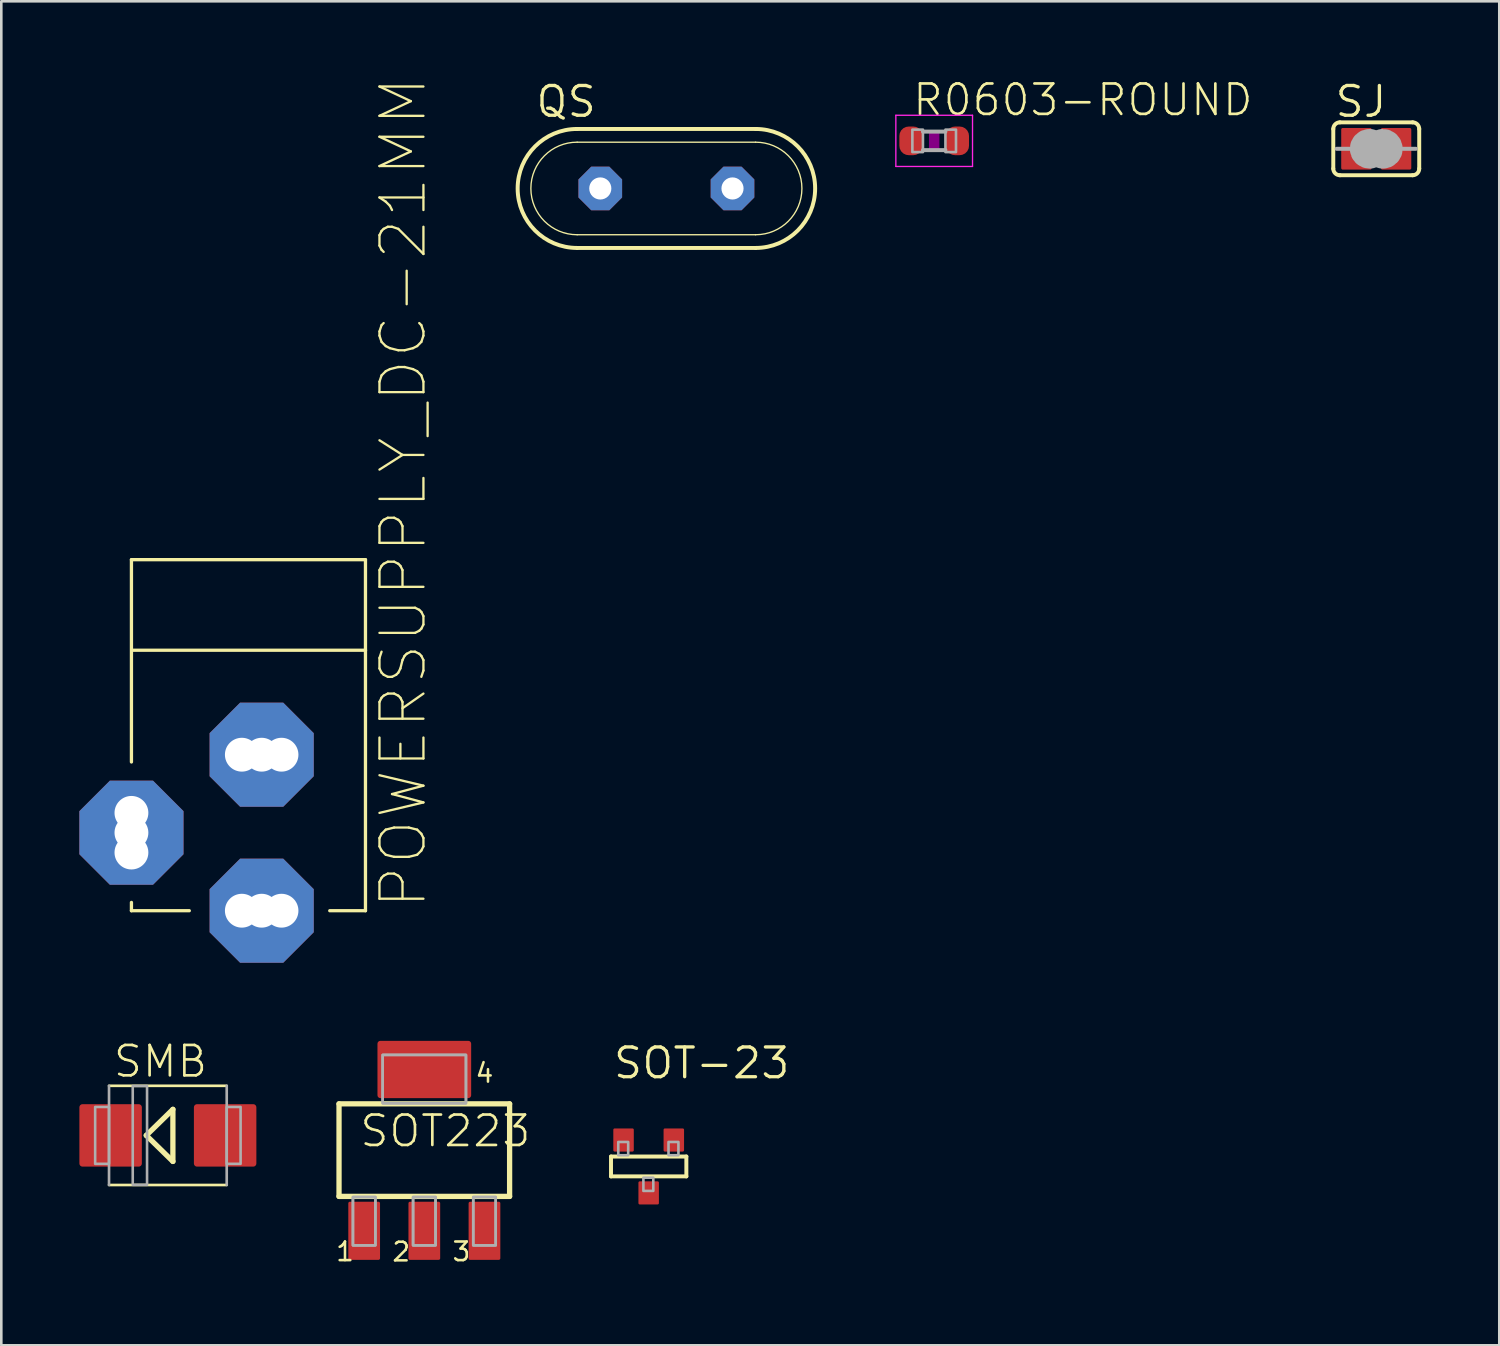
<source format=kicad_pcb>
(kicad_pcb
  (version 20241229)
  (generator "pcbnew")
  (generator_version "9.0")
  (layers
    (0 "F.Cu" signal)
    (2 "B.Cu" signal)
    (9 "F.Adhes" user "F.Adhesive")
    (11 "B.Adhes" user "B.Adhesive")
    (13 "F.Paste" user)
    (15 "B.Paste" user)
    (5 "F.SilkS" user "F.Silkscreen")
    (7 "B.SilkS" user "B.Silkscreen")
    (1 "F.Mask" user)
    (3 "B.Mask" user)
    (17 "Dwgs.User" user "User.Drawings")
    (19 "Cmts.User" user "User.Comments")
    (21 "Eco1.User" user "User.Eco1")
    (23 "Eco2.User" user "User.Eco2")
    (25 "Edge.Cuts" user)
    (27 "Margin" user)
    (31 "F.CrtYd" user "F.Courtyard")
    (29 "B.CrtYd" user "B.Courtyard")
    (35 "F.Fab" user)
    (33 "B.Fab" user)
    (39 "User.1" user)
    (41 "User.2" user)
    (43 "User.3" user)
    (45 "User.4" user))
  (footprint "SOT223"
    (layer "F.Cu")
    (at 13.253 41.14)
    (property "Reference" "SOT223" (at -2.54 -0.051 0) (unlocked yes) (layer "F.SilkS") (effects (font (size 1.168 1.168) (thickness 0.102)) (justify left bottom)))
    (fp_line (start -3.277 -1.778) (end 3.277 -1.778) (stroke (width 0.203) (type solid)) (layer "F.SilkS"))
    (fp_line (start -3.277 1.778) (end -3.277 -1.778) (stroke (width 0.203) (type solid)) (layer "F.SilkS"))
    (fp_line (start 3.277 -1.778) (end 3.277 1.778) (stroke (width 0.203) (type solid)) (layer "F.SilkS"))
    (fp_line (start 3.277 1.778) (end -3.277 1.778) (stroke (width 0.203) (type solid)) (layer "F.SilkS"))
    (fp_poly (pts (xy -2.743 3.658) (xy -1.88 3.658) (xy -1.88 1.803) (xy -2.743 1.803)) (stroke (width 0.1) (type default)) (fill no) (layer "F.Fab"))
    (fp_poly (pts (xy -2.743 3.658) (xy -1.88 3.658) (xy -1.88 1.803) (xy -2.743 1.803)) (stroke (width 0.1) (type default)) (fill no) (layer "F.Fab"))
    (fp_poly (pts (xy -1.6 -1.803) (xy 1.6 -1.803) (xy 1.6 -3.658) (xy -1.6 -3.658)) (stroke (width 0.1) (type default)) (fill no) (layer "F.Fab"))
    (fp_poly (pts (xy -1.6 -1.803) (xy 1.6 -1.803) (xy 1.6 -3.658) (xy -1.6 -3.658)) (stroke (width 0.1) (type default)) (fill no) (layer "F.Fab"))
    (fp_poly (pts (xy -0.432 3.658) (xy 0.432 3.658) (xy 0.432 1.803) (xy -0.432 1.803)) (stroke (width 0.1) (type default)) (fill no) (layer "F.Fab"))
    (fp_poly (pts (xy -0.432 3.658) (xy 0.432 3.658) (xy 0.432 1.803) (xy -0.432 1.803)) (stroke (width 0.1) (type default)) (fill no) (layer "F.Fab"))
    (fp_poly (pts (xy 1.88 3.658) (xy 2.743 3.658) (xy 2.743 1.803) (xy 1.88 1.803)) (stroke (width 0.1) (type default)) (fill no) (layer "F.Fab"))
    (fp_poly (pts (xy 1.88 3.658) (xy 2.743 3.658) (xy 2.743 1.803) (xy 1.88 1.803)) (stroke (width 0.1) (type default)) (fill no) (layer "F.Fab"))
    (fp_text user "4" (at 1.905 -2.54 0) (unlocked yes) (layer "F.SilkS") (effects (font (size 0.715 0.715) (thickness 0.098)) (justify left bottom)))
    (fp_text user "2" (at -1.291 4.327 0) (unlocked yes) (layer "F.SilkS") (effects (font (size 0.715 0.715) (thickness 0.098)) (justify left bottom)))
    (fp_text user "3" (at 1.021 4.318 0) (unlocked yes) (layer "F.SilkS") (effects (font (size 0.715 0.715) (thickness 0.098)) (justify left bottom)))
    (fp_text user "1" (at -3.453 4.318 0) (unlocked yes) (layer "F.SilkS") (effects (font (size 0.715 0.715) (thickness 0.098)) (justify left bottom)))
    (pad "1" smd roundrect (at -2.311 3.099) (size 1.219 2.235) (layers "F.Cu" "F.Mask" "F.Paste") (roundrect_rratio 0.05))
    (pad "2" smd roundrect (at 0 3.099) (size 1.219 2.235) (layers "F.Cu" "F.Mask" "F.Paste") (roundrect_rratio 0.05))
    (pad "3" smd roundrect (at 2.311 3.099) (size 1.219 2.235) (layers "F.Cu" "F.Mask" "F.Paste") (roundrect_rratio 0.05))
    (pad "4" smd roundrect (at 0 -3.099) (size 3.6 2.2) (layers "F.Cu" "F.Mask" "F.Paste") (roundrect_rratio 0.05)))
  (footprint "POWERSUPPLY_DC-21MM"
    (layer "F.Cu")
    (at 7.08 25.591)
    (property "Reference" "POWERSUPPLY_DC-21MM" (at 6.35 6.35 90) (unlocked yes) (layer "F.SilkS") (effects (font (size 1.689 1.689) (thickness 0.089)) (justify left bottom)))
    (fp_line (start -5.08 -7.137) (end -5.08 0.635) (stroke (width 0.127) (type solid)) (layer "F.SilkS"))
    (fp_line (start -5.08 6.35) (end -5.08 6.032) (stroke (width 0.127) (type solid)) (layer "F.SilkS"))
    (fp_line (start -5.055 -3.658) (end 3.912 -3.658) (stroke (width 0.127) (type solid)) (layer "F.SilkS"))
    (fp_line (start -2.857 6.35) (end -5.08 6.35) (stroke (width 0.127) (type solid)) (layer "F.SilkS"))
    (fp_line (start 2.54 6.35) (end 3.912 6.35) (stroke (width 0.127) (type solid)) (layer "F.SilkS"))
    (fp_line (start 3.912 -7.137) (end -5.08 -7.137) (stroke (width 0.127) (type solid)) (layer "F.SilkS"))
    (fp_line (start 3.912 -3.658) (end 3.912 -7.137) (stroke (width 0.127) (type solid)) (layer "F.SilkS"))
    (fp_line (start 3.912 6.35) (end 3.912 -3.658) (stroke (width 0.127) (type solid)) (layer "F.SilkS"))
    (pad "1" thru_hole roundrect (at -5.08 3.353 90) (size 4 4) (drill 1.3) (layers "*.Cu" "*.Mask") (roundrect_rratio 0.25) (chamfer_ratio 0.293) (chamfer top_left top_right bottom_left bottom_right))
    (pad "2" thru_hole roundrect (at -0.076 6.35) (size 4 4) (drill 1.3) (layers "*.Cu" "*.Mask") (roundrect_rratio 0.25) (chamfer_ratio 0.293) (chamfer top_left top_right bottom_left bottom_right))
    (pad "3" thru_hole roundrect (at -0.076 0.356) (size 4 4) (drill 1.3) (layers "*.Cu" "*.Mask") (roundrect_rratio 0.25) (chamfer_ratio 0.293) (chamfer top_left top_right bottom_left bottom_right))
    (pad "4" thru_hole circle (at -5.08 4.115) (size 1.95 1.95) (drill 1.3) (layers "*.Cu" "*.Mask"))
    (pad "5" thru_hole circle (at -5.08 2.591) (size 1.95 1.95) (drill 1.3) (layers "*.Cu" "*.Mask"))
    (pad "6" thru_hole circle (at -0.838 0.356) (size 1.95 1.95) (drill 1.3) (layers "*.Cu" "*.Mask"))
    (pad "7" thru_hole circle (at 0.686 0.356) (size 1.95 1.95) (drill 1.3) (layers "*.Cu" "*.Mask"))
    (pad "8" thru_hole circle (at -0.838 6.35) (size 1.95 1.95) (drill 1.3) (layers "*.Cu" "*.Mask"))
    (pad "9" thru_hole circle (at 0.686 6.35) (size 1.95 1.95) (drill 1.3) (layers "*.Cu" "*.Mask")))
  (footprint "SOT-23"
    (layer "F.Cu")
    (at 21.848 41.767)
    (property "Reference" "SOT-23" (at -1.397 -3.302 0) (unlocked yes) (layer "F.SilkS") (effects (font (size 1.143 1.143) (thickness 0.127)) (justify left bottom)))
    (fp_line (start -1.422 -0.381) (end 1.473 -0.381) (stroke (width 0.152) (type solid)) (layer "F.SilkS"))
    (fp_line (start -1.422 0.381) (end -1.422 -0.381) (stroke (width 0.152) (type solid)) (layer "F.SilkS"))
    (fp_line (start 1.473 -0.381) (end 1.473 0.381) (stroke (width 0.152) (type solid)) (layer "F.SilkS"))
    (fp_line (start 1.473 0.381) (end -1.422 0.381) (stroke (width 0.152) (type solid)) (layer "F.SilkS"))
    (fp_poly (pts (xy -1.143 -0.432) (xy -0.762 -0.432) (xy -0.762 -0.94) (xy -1.143 -0.94)) (stroke (width 0.1) (type default)) (fill no) (layer "F.Fab"))
    (fp_poly (pts (xy -0.178 0.94) (xy 0.203 0.94) (xy 0.203 0.432) (xy -0.178 0.432)) (stroke (width 0.1) (type default)) (fill no) (layer "F.Fab"))
    (fp_poly (pts (xy 0.787 -0.432) (xy 1.168 -0.432) (xy 1.168 -0.94) (xy 0.787 -0.94)) (stroke (width 0.1) (type default)) (fill no) (layer "F.Fab"))
    (pad "1" smd roundrect (at 0.025 1.016) (size 0.787 0.889) (layers "F.Cu" "F.Mask" "F.Paste") (roundrect_rratio 0.065))
    (pad "2" smd roundrect (at -0.94 -1.016) (size 0.787 0.889) (layers "F.Cu" "F.Mask" "F.Paste") (roundrect_rratio 0.065))
    (pad "3" smd roundrect (at 0.991 -1.016) (size 0.787 0.889) (layers "F.Cu" "F.Mask" "F.Paste") (roundrect_rratio 0.065)))
  (footprint "QS"
    (layer "F.Cu")
    (at 22.554 4.191)
    (property "Reference" "QS" (at -5.08 -2.667 0) (unlocked yes) (layer "F.SilkS") (effects (font (size 1.143 1.143) (thickness 0.127)) (justify left bottom)))
    (fp_line (start -3.429 1.778) (end 3.429 1.778) (stroke (width 0.051) (type solid)) (layer "F.SilkS"))
    (fp_line (start -3.429 2.286) (end 3.429 2.286) (stroke (width 0.152) (type solid)) (layer "F.SilkS"))
    (fp_line (start 3.429 -2.286) (end -3.429 -2.286) (stroke (width 0.152) (type solid)) (layer "F.SilkS"))
    (fp_line (start 3.429 -1.778) (end -3.429 -1.778) (stroke (width 0.051) (type solid)) (layer "F.SilkS"))
    (fp_arc (start -3.429 1.778) (mid -5.207 0) (end -3.429 -1.778) (stroke (width 0.0508) (type solid)) (layer "F.SilkS"))
    (fp_arc (start -3.429 2.286) (mid -5.715 0) (end -3.429 -2.286) (stroke (width 0.1524) (type solid)) (layer "F.SilkS"))
    (fp_arc (start 3.429 -2.286) (mid 5.715 0) (end 3.429 2.286) (stroke (width 0.1524) (type solid)) (layer "F.SilkS"))
    (fp_arc (start 3.429 -1.778) (mid 5.207 0) (end 3.429 1.778) (stroke (width 0.0508) (type solid)) (layer "F.SilkS"))
    (pad "1" thru_hole roundrect (at -2.54 0 90) (size 1.676 1.676) (drill 0.85) (layers "*.Cu" "*.Mask") (roundrect_rratio 0.25) (chamfer_ratio 0.293) (chamfer top_left top_right bottom_left bottom_right))
    (pad "2" thru_hole roundrect (at 2.54 0 90) (size 1.676 1.676) (drill 0.85) (layers "*.Cu" "*.Mask") (roundrect_rratio 0.25) (chamfer_ratio 0.293) (chamfer top_left top_right bottom_left bottom_right)))
  (footprint "R0603-ROUND"
    (layer "F.Cu")
    (at 32.843 2.362)
    (property "Reference" "R0603-ROUND" (at -0.889 -0.889 0) (unlocked yes) (layer "F.SilkS") (effects (font (size 1.168 1.168) (thickness 0.102)) (justify left bottom)))
    (fp_poly (pts (xy -0.2 0.4) (xy 0.2 0.4) (xy 0.2 -0.4) (xy -0.2 -0.4)) (stroke (width 0) (type default)) (fill yes) (layer "F.Adhes"))
    (fp_line (start -1.473 -0.983) (end 1.473 -0.983) (stroke (width 0.051) (type solid)) (layer "F.CrtYd"))
    (fp_line (start -1.473 0.983) (end -1.473 -0.983) (stroke (width 0.051) (type solid)) (layer "F.CrtYd"))
    (fp_line (start 1.473 -0.983) (end 1.473 0.983) (stroke (width 0.051) (type solid)) (layer "F.CrtYd"))
    (fp_line (start 1.473 0.983) (end -1.473 0.983) (stroke (width 0.051) (type solid)) (layer "F.CrtYd"))
    (fp_line (start -0.432 0.356) (end 0.432 0.356) (stroke (width 0.152) (type solid)) (layer "F.Fab"))
    (fp_line (start 0.432 -0.356) (end -0.432 -0.356) (stroke (width 0.152) (type solid)) (layer "F.Fab"))
    (fp_poly (pts (xy -0.838 0.432) (xy -0.432 0.432) (xy -0.432 -0.432) (xy -0.838 -0.432)) (stroke (width 0.1) (type default)) (fill no) (layer "F.Fab"))
    (fp_poly (pts (xy 0.432 0.432) (xy 0.838 0.432) (xy 0.838 -0.432) (xy 0.432 -0.432)) (stroke (width 0.1) (type default)) (fill no) (layer "F.Fab"))
    (pad "1" smd roundrect (at -0.889 0) (size 0.898 1.1) (layers "F.Cu" "F.Mask" "F.Paste") (roundrect_rratio 0.4))
    (pad "2" smd roundrect (at 0.889 0) (size 0.898 1.1) (layers "F.Cu" "F.Mask" "F.Paste") (roundrect_rratio 0.4)))
  (footprint "SMB"
    (layer "F.Cu")
    (at 3.4 40.574)
    (property "Reference" "SMB" (at -2.159 -2.159 0) (unlocked yes) (layer "F.SilkS") (effects (font (size 1.168 1.168) (thickness 0.102)) (justify left bottom)))
    (fp_line (start -2.261 -1.905) (end 2.261 -1.905) (stroke (width 0.102) (type solid)) (layer "F.SilkS"))
    (fp_line (start -2.261 1.905) (end 2.261 1.905) (stroke (width 0.102) (type solid)) (layer "F.SilkS"))
    (fp_line (start -0.83 0) (end 0.193 1) (stroke (width 0.203) (type solid)) (layer "F.SilkS"))
    (fp_line (start 0.193 -1) (end -0.83 0) (stroke (width 0.203) (type solid)) (layer "F.SilkS"))
    (fp_line (start 0.193 1) (end 0.193 -1) (stroke (width 0.203) (type solid)) (layer "F.SilkS"))
    (fp_line (start -2.261 1.905) (end -2.261 -1.905) (stroke (width 0.102) (type solid)) (layer "F.Fab"))
    (fp_line (start 2.261 1.905) (end 2.261 -1.905) (stroke (width 0.102) (type solid)) (layer "F.Fab"))
    (fp_poly (pts (xy -2.794 1.092) (xy -2.261 1.092) (xy -2.261 -1.092) (xy -2.794 -1.092)) (stroke (width 0.1) (type default)) (fill no) (layer "F.Fab"))
    (fp_poly (pts (xy -1.35 1.9) (xy -0.8 1.9) (xy -0.8 -1.9) (xy -1.35 -1.9)) (stroke (width 0.1) (type default)) (fill no) (layer "F.Fab"))
    (fp_poly (pts (xy 2.261 1.092) (xy 2.794 1.092) (xy 2.794 -1.092) (xy 2.261 -1.092)) (stroke (width 0.1) (type default)) (fill no) (layer "F.Fab"))
    (pad "A" smd roundrect (at 2.2 0) (size 2.4 2.4) (layers "F.Cu" "F.Mask" "F.Paste") (roundrect_rratio 0.05))
    (pad "C" smd roundrect (at -2.2 0) (size 2.4 2.4) (layers "F.Cu" "F.Mask" "F.Paste") (roundrect_rratio 0.05)))
  (footprint "SJ"
    (layer "F.Cu")
    (at 49.828 2.667)
    (property "Reference" "SJ" (at -1.651 -1.143 0) (unlocked yes) (layer "F.SilkS") (effects (font (size 1.143 1.143) (thickness 0.127)) (justify left bottom)))
    (fp_poly (pts (xy -0.076 0.914) (xy 0.076 0.914) (xy 0.076 -0.914) (xy -0.076 -0.914)) (stroke (width 0) (type default)) (fill yes) (layer "F.Mask"))
    (fp_line (start -1.651 0.762) (end -1.651 -0.762) (stroke (width 0.152) (type solid)) (layer "F.SilkS"))
    (fp_line (start -1.397 -1.016) (end 1.397 -1.016) (stroke (width 0.152) (type solid)) (layer "F.SilkS"))
    (fp_line (start 1.397 1.016) (end -1.397 1.016) (stroke (width 0.152) (type solid)) (layer "F.SilkS"))
    (fp_line (start 1.651 0.762) (end 1.651 -0.762) (stroke (width 0.152) (type solid)) (layer "F.SilkS"))
    (fp_arc (start -1.651 -0.762) (mid -1.576605 -0.941605) (end -1.397 -1.016) (stroke (width 0.1524) (type solid)) (layer "F.SilkS"))
    (fp_arc (start -1.397 1.016) (mid -1.576605 0.941605) (end -1.651 0.762) (stroke (width 0.1524) (type solid)) (layer "F.SilkS"))
    (fp_arc (start 1.397 -1.016) (mid 1.576605 -0.941605) (end 1.651 -0.762) (stroke (width 0.1524) (type solid)) (layer "F.SilkS"))
    (fp_arc (start 1.651 0.762) (mid 1.576605 0.941605) (end 1.397 1.016) (stroke (width 0.1524) (type solid)) (layer "F.SilkS"))
    (fp_line (start -1.016 0) (end -1.524 0) (stroke (width 0.152) (type solid)) (layer "F.Fab"))
    (fp_line (start 1.016 0) (end 1.524 0) (stroke (width 0.152) (type solid)) (layer "F.Fab"))
    (fp_arc (start -0.254 0.127) (mid -0.381 0) (end -0.254 -0.127) (stroke (width 1.27) (type solid)) (layer "F.Fab"))
    (fp_arc (start 0.254 -0.127) (mid 0.381 0) (end 0.254 0.127) (stroke (width 1.27) (type solid)) (layer "F.Fab"))
    (pad "1" smd roundrect (at -0.762 0) (size 1.168 1.6) (layers "F.Cu" "F.Mask" "F.Paste") (roundrect_rratio 0.05))
    (pad "2" smd roundrect (at 0.762 0) (size 1.168 1.6) (layers "F.Cu" "F.Mask" "F.Paste") (roundrect_rratio 0.05)))
  (gr_rect
    (start -3 -3)
    (end 54.555 48.639)
    (stroke (width 0.1) (type default))
    (fill no)
    (layer "Edge.Cuts")))
</source>
